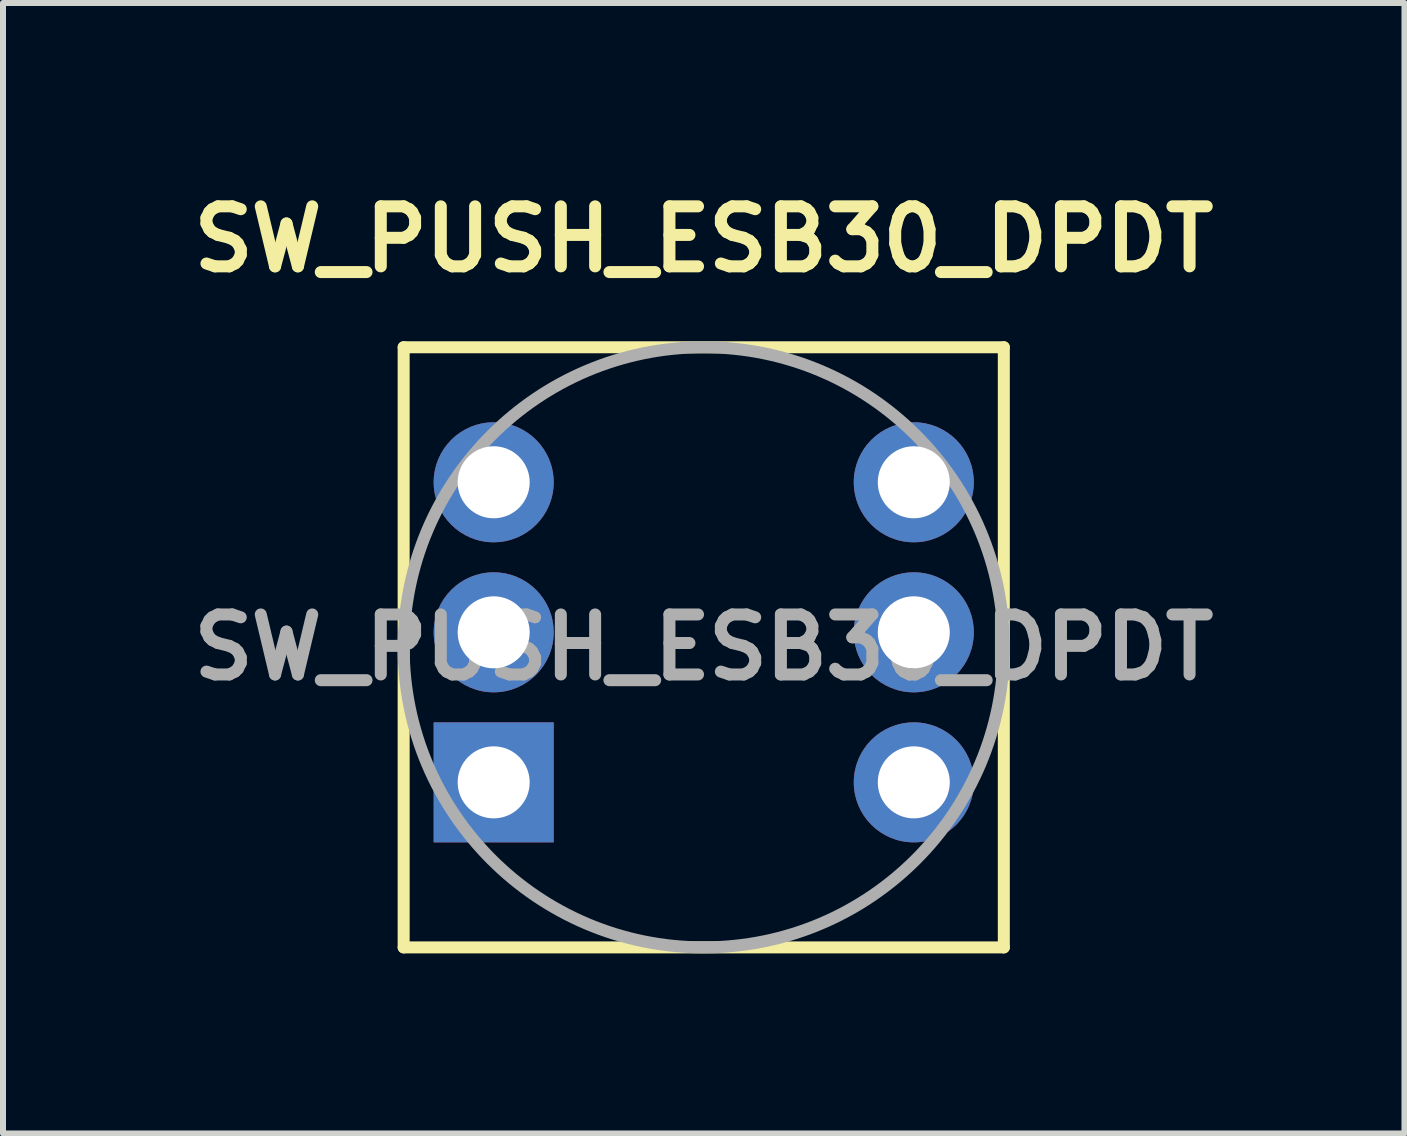
<source format=kicad_pcb>
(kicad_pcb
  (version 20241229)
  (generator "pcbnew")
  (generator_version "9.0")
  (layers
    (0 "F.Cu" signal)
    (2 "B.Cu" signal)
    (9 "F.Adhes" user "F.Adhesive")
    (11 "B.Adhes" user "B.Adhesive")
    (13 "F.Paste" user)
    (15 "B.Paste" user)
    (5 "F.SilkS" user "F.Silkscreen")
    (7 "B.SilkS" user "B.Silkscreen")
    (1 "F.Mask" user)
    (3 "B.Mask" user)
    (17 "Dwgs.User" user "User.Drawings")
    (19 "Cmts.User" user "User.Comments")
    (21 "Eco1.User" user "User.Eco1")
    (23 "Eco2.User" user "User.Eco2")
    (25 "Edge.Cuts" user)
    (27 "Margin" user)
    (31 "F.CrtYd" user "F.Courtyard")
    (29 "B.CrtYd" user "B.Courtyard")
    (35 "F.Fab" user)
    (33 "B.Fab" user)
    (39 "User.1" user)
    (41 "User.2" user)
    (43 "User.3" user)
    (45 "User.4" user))
  (footprint "SW_PUSH_ESB30_DPDT"
    (layer "F.Cu")
    (at 8.676 7.736)
    (property "Reference" "SW_PUSH_ESB30_DPDT" (at 0 -6.8 0) (layer "F.SilkS") (effects (font (size 1 1) (thickness 0.2))))
    (attr through_hole)
    (fp_line (start -5 -5) (end 5 -5) (stroke (width 0.2) (type solid)) (layer "F.SilkS"))
    (fp_line (start -5 5) (end -5 -5) (stroke (width 0.2) (type solid)) (layer "F.SilkS"))
    (fp_line (start 5 -5) (end 5 5) (stroke (width 0.2) (type solid)) (layer "F.SilkS"))
    (fp_line (start 5 5) (end -5 5) (stroke (width 0.2) (type solid)) (layer "F.SilkS"))
    (fp_circle (center 0 0) (end 5 0) (stroke (width 0.2) (type solid)) (fill no) (layer "F.Fab"))
    (fp_text user "${REFERENCE}" (at 0 0 0) (layer "F.Fab") (effects (font (size 1 1) (thickness 0.2))))
    (pad "1" thru_hole rect (at -3.5 2.25 90) (size 2 2) (drill 1.2) (layers "*.Cu" "*.Mask"))
    (pad "2" thru_hole circle (at -3.5 -0.25 90) (size 2 2) (drill 1.2) (layers "*.Cu" "*.Mask"))
    (pad "3" thru_hole circle (at -3.5 -2.75 90) (size 2 2) (drill 1.2) (layers "*.Cu" "*.Mask"))
    (pad "4" thru_hole circle (at 3.5 2.25 90) (size 2 2) (drill 1.2) (layers "*.Cu" "*.Mask"))
    (pad "5" thru_hole circle (at 3.5 -0.25 90) (size 2 2) (drill 1.2) (layers "*.Cu" "*.Mask"))
    (pad "6" thru_hole circle (at 3.5 -2.75 90) (size 2 2) (drill 1.2) (layers "*.Cu" "*.Mask")))
  (gr_rect
    (start -3 -3)
    (end 20.352 15.836)
    (stroke (width 0.1) (type default))
    (fill no)
    (layer "Edge.Cuts")))
</source>
